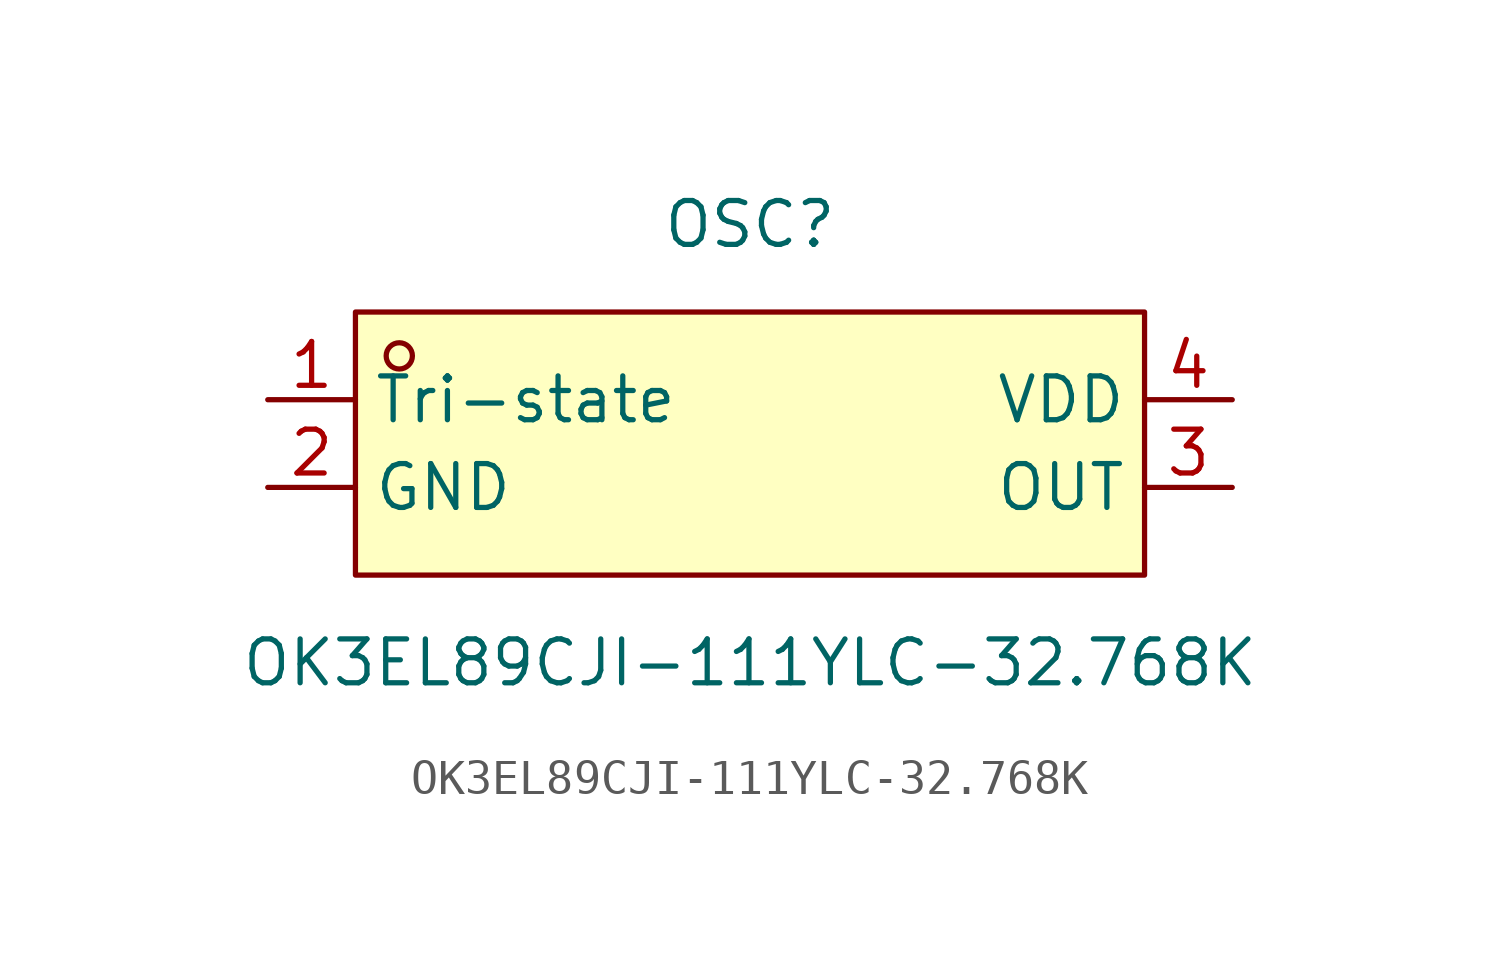
<source format=kicad_sym>
(kicad_symbol_lib
  (version 20211014)
  (generator https://github.com/uPesy/easyeda2kicad.py)
  (symbol "OK3EL89CJI-111YLC-32.768K"
    (property "Reference" "OSC"
      (at 0 6.35 0)
      (effects (font (size 1.27 1.27))))
    (property "Value" "OK3EL89CJI-111YLC-32.768K"
      (at 0 -6.35 0)
      (effects (font (size 1.27 1.27))))
    (symbol "OK3EL89CJI-111YLC-32.768K_0_1"
      (rectangle (start -11.43 3.81) (end 11.43 -3.81) (stroke (width 0) (type default) (color 0 0 0 0)) (fill (type background)))
      (circle (center -10.16 2.54) (radius 0.38) (stroke (width 0) (type default) (color 0 0 0 0)) (fill (type none)))
      (pin unspecified line (at -13.97 1.27 0) (length 2.54) (name "Tri-state" (effects (font (size 1.27 1.27)))) (number "1" (effects (font (size 1.27 1.27)))))
      (pin unspecified line (at -13.97 -1.27 0) (length 2.54) (name "GND" (effects (font (size 1.27 1.27)))) (number "2" (effects (font (size 1.27 1.27)))))
      (pin unspecified line (at 13.97 -1.27 180) (length 2.54) (name "OUT" (effects (font (size 1.27 1.27)))) (number "3" (effects (font (size 1.27 1.27)))))
      (pin unspecified line (at 13.97 1.27 180) (length 2.54) (name "VDD" (effects (font (size 1.27 1.27)))) (number "4" (effects (font (size 1.27 1.27))))))))
</source>
